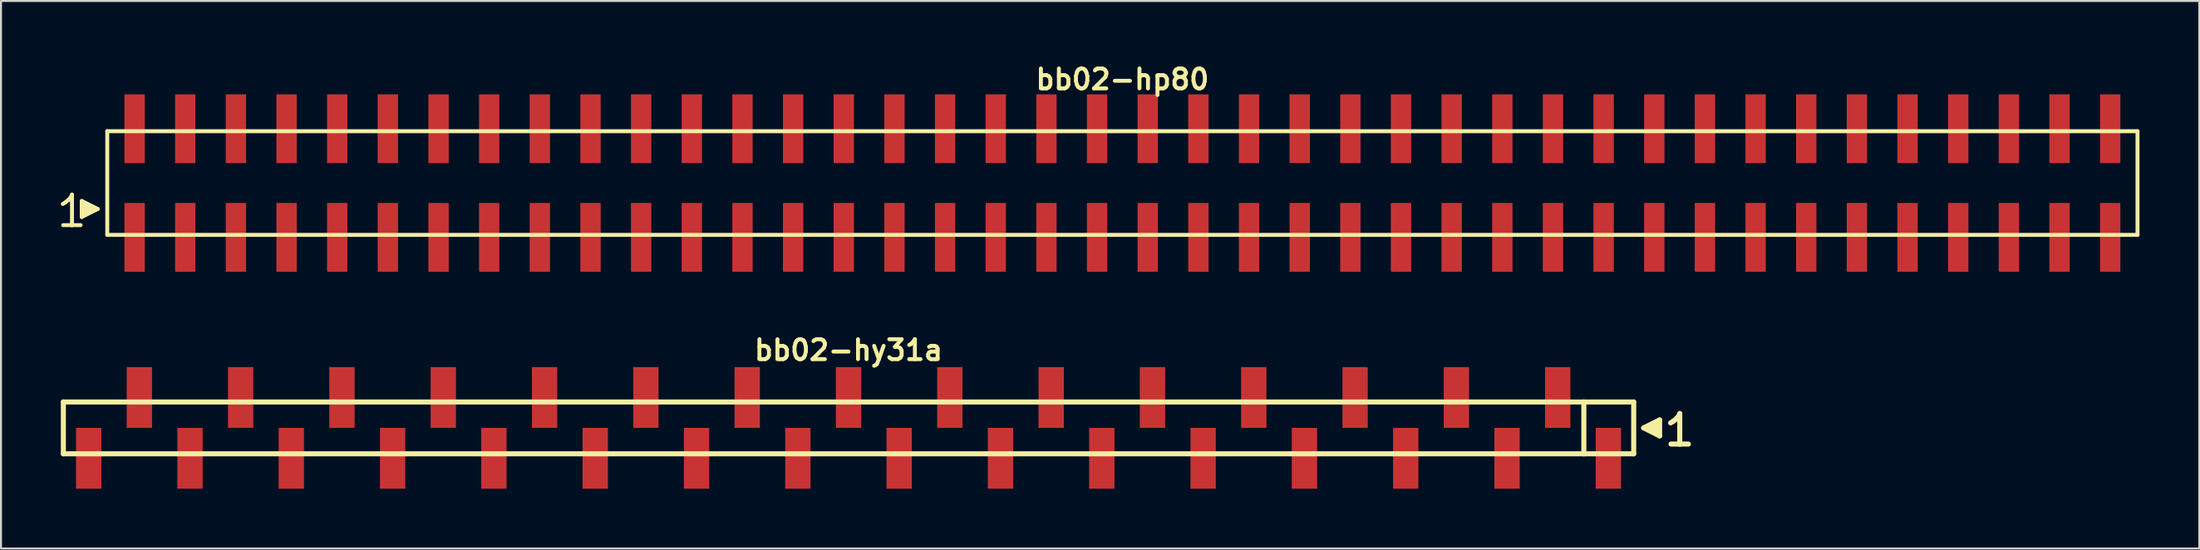
<source format=kicad_pcb>
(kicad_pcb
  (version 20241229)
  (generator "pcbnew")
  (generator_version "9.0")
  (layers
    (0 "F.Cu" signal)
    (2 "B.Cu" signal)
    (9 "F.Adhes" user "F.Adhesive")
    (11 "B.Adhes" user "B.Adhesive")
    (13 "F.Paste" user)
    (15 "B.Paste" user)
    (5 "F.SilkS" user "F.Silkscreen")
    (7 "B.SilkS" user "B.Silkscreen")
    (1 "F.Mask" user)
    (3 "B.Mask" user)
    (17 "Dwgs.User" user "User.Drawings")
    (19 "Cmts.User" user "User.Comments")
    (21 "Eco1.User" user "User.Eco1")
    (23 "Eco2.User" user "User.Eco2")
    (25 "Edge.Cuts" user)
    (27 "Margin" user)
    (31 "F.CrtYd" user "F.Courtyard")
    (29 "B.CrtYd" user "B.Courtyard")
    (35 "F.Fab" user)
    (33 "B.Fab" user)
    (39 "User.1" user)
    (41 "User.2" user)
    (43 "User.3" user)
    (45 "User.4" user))
  (footprint "bb02-hy31a"
    (layer "F.Cu")
    (at 39.497 18.413)
    (property "Reference" "bb02-hy31a" (at 0 -3.9 0) (layer "F.SilkS") (effects (font (size 0.998 0.998) (thickness 0.198))))
    (attr through_hole)
    (fp_line (start -39.37 -1.3) (end 39.37 -1.3) (stroke (width 0.254) (type solid)) (layer "F.SilkS"))
    (fp_line (start -39.37 1.3) (end -39.37 -1.3) (stroke (width 0.254) (type solid)) (layer "F.SilkS"))
    (fp_line (start 36.87 1.3) (end 36.87 -1.3) (stroke (width 0.254) (type solid)) (layer "F.SilkS"))
    (fp_line (start 39.37 -1.3) (end 39.37 1.3) (stroke (width 0.254) (type solid)) (layer "F.SilkS"))
    (fp_line (start 39.37 1.3) (end -39.37 1.3) (stroke (width 0.254) (type solid)) (layer "F.SilkS"))
    (fp_line (start 39.87 0) (end 40.67 0.4) (stroke (width 0.254) (type solid)) (layer "F.SilkS"))
    (fp_line (start 40.17 0.1) (end 40.17 -0.1) (stroke (width 0.254) (type solid)) (layer "F.SilkS"))
    (fp_line (start 40.27 -0.1) (end 40.27 0.1) (stroke (width 0.254) (type solid)) (layer "F.SilkS"))
    (fp_line (start 40.37 0.2) (end 40.37 -0.2) (stroke (width 0.254) (type solid)) (layer "F.SilkS"))
    (fp_line (start 40.47 -0.2) (end 40.47 0.2) (stroke (width 0.254) (type solid)) (layer "F.SilkS"))
    (fp_line (start 40.57 0.3) (end 40.57 -0.3) (stroke (width 0.254) (type solid)) (layer "F.SilkS"))
    (fp_line (start 40.67 -0.4) (end 39.87 0) (stroke (width 0.254) (type solid)) (layer "F.SilkS"))
    (fp_line (start 40.67 0.4) (end 40.67 -0.4) (stroke (width 0.254) (type solid)) (layer "F.SilkS"))
    (fp_line (start 41.22 -0.25) (end 41.35 -0.33) (stroke (width 0.254) (type solid)) (layer "F.SilkS"))
    (fp_line (start 41.35 -0.33) (end 41.51 -0.46) (stroke (width 0.254) (type solid)) (layer "F.SilkS"))
    (fp_line (start 41.51 -0.46) (end 41.65 -0.63) (stroke (width 0.254) (type solid)) (layer "F.SilkS"))
    (fp_line (start 41.65 -0.63) (end 41.68 -0.72) (stroke (width 0.254) (type solid)) (layer "F.SilkS"))
    (fp_line (start 41.68 -0.72) (end 41.68 0.81) (stroke (width 0.254) (type solid)) (layer "F.SilkS"))
    (fp_line (start 41.68 0.81) (end 41.24 0.81) (stroke (width 0.254) (type solid)) (layer "F.SilkS"))
    (fp_line (start 42.11 0.81) (end 41.67 0.81) (stroke (width 0.254) (type solid)) (layer "F.SilkS"))
    (pad "1" smd rect (at 38.1 1.525) (size 1.27 3.05) (layers "F.Cu" "F.Mask" "F.Paste"))
    (pad "2" smd rect (at 35.56 -1.525) (size 1.27 3.05) (layers "F.Cu" "F.Mask" "F.Paste"))
    (pad "3" smd rect (at 33.02 1.525) (size 1.27 3.05) (layers "F.Cu" "F.Mask" "F.Paste"))
    (pad "4" smd rect (at 30.48 -1.525) (size 1.27 3.05) (layers "F.Cu" "F.Mask" "F.Paste"))
    (pad "5" smd rect (at 27.94 1.525) (size 1.27 3.05) (layers "F.Cu" "F.Mask" "F.Paste"))
    (pad "6" smd rect (at 25.4 -1.525) (size 1.27 3.05) (layers "F.Cu" "F.Mask" "F.Paste"))
    (pad "7" smd rect (at 22.86 1.525) (size 1.27 3.05) (layers "F.Cu" "F.Mask" "F.Paste"))
    (pad "8" smd rect (at 20.32 -1.525) (size 1.27 3.05) (layers "F.Cu" "F.Mask" "F.Paste"))
    (pad "9" smd rect (at 17.78 1.525) (size 1.27 3.05) (layers "F.Cu" "F.Mask" "F.Paste"))
    (pad "10" smd rect (at 15.24 -1.525) (size 1.27 3.05) (layers "F.Cu" "F.Mask" "F.Paste"))
    (pad "11" smd rect (at 12.7 1.525) (size 1.27 3.05) (layers "F.Cu" "F.Mask" "F.Paste"))
    (pad "12" smd rect (at 10.16 -1.525) (size 1.27 3.05) (layers "F.Cu" "F.Mask" "F.Paste"))
    (pad "13" smd rect (at 7.62 1.525) (size 1.27 3.05) (layers "F.Cu" "F.Mask" "F.Paste"))
    (pad "14" smd rect (at 5.08 -1.525) (size 1.27 3.05) (layers "F.Cu" "F.Mask" "F.Paste"))
    (pad "15" smd rect (at 2.54 1.525) (size 1.27 3.05) (layers "F.Cu" "F.Mask" "F.Paste"))
    (pad "16" smd rect (at 0 -1.525) (size 1.27 3.05) (layers "F.Cu" "F.Mask" "F.Paste"))
    (pad "17" smd rect (at -2.54 1.525) (size 1.27 3.05) (layers "F.Cu" "F.Mask" "F.Paste"))
    (pad "18" smd rect (at -5.08 -1.525) (size 1.27 3.05) (layers "F.Cu" "F.Mask" "F.Paste"))
    (pad "19" smd rect (at -7.62 1.525) (size 1.27 3.05) (layers "F.Cu" "F.Mask" "F.Paste"))
    (pad "20" smd rect (at -10.16 -1.525) (size 1.27 3.05) (layers "F.Cu" "F.Mask" "F.Paste"))
    (pad "21" smd rect (at -12.7 1.525) (size 1.27 3.05) (layers "F.Cu" "F.Mask" "F.Paste"))
    (pad "22" smd rect (at -15.24 -1.525) (size 1.27 3.05) (layers "F.Cu" "F.Mask" "F.Paste"))
    (pad "23" smd rect (at -17.78 1.525) (size 1.27 3.05) (layers "F.Cu" "F.Mask" "F.Paste"))
    (pad "24" smd rect (at -20.32 -1.525) (size 1.27 3.05) (layers "F.Cu" "F.Mask" "F.Paste"))
    (pad "25" smd rect (at -22.86 1.525) (size 1.27 3.05) (layers "F.Cu" "F.Mask" "F.Paste"))
    (pad "26" smd rect (at -25.4 -1.525) (size 1.27 3.05) (layers "F.Cu" "F.Mask" "F.Paste"))
    (pad "27" smd rect (at -27.94 1.525) (size 1.27 3.05) (layers "F.Cu" "F.Mask" "F.Paste"))
    (pad "28" smd rect (at -30.48 -1.525) (size 1.27 3.05) (layers "F.Cu" "F.Mask" "F.Paste"))
    (pad "29" smd rect (at -33.02 1.525) (size 1.27 3.05) (layers "F.Cu" "F.Mask" "F.Paste"))
    (pad "30" smd rect (at -35.56 -1.525) (size 1.27 3.05) (layers "F.Cu" "F.Mask" "F.Paste"))
    (pad "31" smd rect (at -38.1 1.525) (size 1.27 3.05) (layers "F.Cu" "F.Mask" "F.Paste")))
  (footprint "bb02-hp80"
    (layer "F.Cu")
    (at 53.229 6.132)
    (property "Reference" "bb02-hp80" (at 0 -5.2 0) (layer "F.SilkS") (effects (font (size 0.998 0.998) (thickness 0.198))))
    (attr through_hole)
    (fp_line (start -53.13 1.05) (end -53 0.97) (stroke (width 0.198) (type solid)) (layer "F.SilkS"))
    (fp_line (start -53 0.97) (end -52.84 0.84) (stroke (width 0.198) (type solid)) (layer "F.SilkS"))
    (fp_line (start -52.84 0.84) (end -52.7 0.67) (stroke (width 0.198) (type solid)) (layer "F.SilkS"))
    (fp_line (start -52.7 0.67) (end -52.67 0.58) (stroke (width 0.198) (type solid)) (layer "F.SilkS"))
    (fp_line (start -52.67 0.58) (end -52.67 2.11) (stroke (width 0.198) (type solid)) (layer "F.SilkS"))
    (fp_line (start -52.67 2.11) (end -53.11 2.11) (stroke (width 0.198) (type solid)) (layer "F.SilkS"))
    (fp_line (start -52.24 2.11) (end -52.68 2.11) (stroke (width 0.198) (type solid)) (layer "F.SilkS"))
    (fp_line (start -52.18 0.9) (end -51.38 1.3) (stroke (width 0.198) (type solid)) (layer "F.SilkS"))
    (fp_line (start -52.18 1.7) (end -52.18 0.9) (stroke (width 0.198) (type solid)) (layer "F.SilkS"))
    (fp_line (start -52.08 1.6) (end -52.08 1) (stroke (width 0.198) (type solid)) (layer "F.SilkS"))
    (fp_line (start -51.98 1.1) (end -51.98 1.5) (stroke (width 0.198) (type solid)) (layer "F.SilkS"))
    (fp_line (start -51.88 1.5) (end -51.88 1.1) (stroke (width 0.198) (type solid)) (layer "F.SilkS"))
    (fp_line (start -51.78 1.2) (end -51.78 1.4) (stroke (width 0.198) (type solid)) (layer "F.SilkS"))
    (fp_line (start -51.68 1.4) (end -51.68 1.2) (stroke (width 0.198) (type solid)) (layer "F.SilkS"))
    (fp_line (start -51.38 1.3) (end -52.18 1.7) (stroke (width 0.198) (type solid)) (layer "F.SilkS"))
    (fp_line (start -50.9 -2.6) (end -50.9 2.6) (stroke (width 0.198) (type solid)) (layer "F.SilkS"))
    (fp_line (start -50.9 -2.6) (end 50.9 -2.6) (stroke (width 0.198) (type solid)) (layer "F.SilkS"))
    (fp_line (start -50.9 2.6) (end 50.9 2.6) (stroke (width 0.198) (type solid)) (layer "F.SilkS"))
    (fp_line (start 50.9 2.6) (end 50.9 -2.6) (stroke (width 0.198) (type solid)) (layer "F.SilkS"))
    (pad "1" smd rect (at -49.53 2.725) (size 1.02 3.45) (layers "F.Cu" "F.Mask" "F.Paste"))
    (pad "2" smd rect (at -49.53 -2.725) (size 1.02 3.45) (layers "F.Cu" "F.Mask" "F.Paste"))
    (pad "3" smd rect (at -46.99 2.725) (size 1.02 3.45) (layers "F.Cu" "F.Mask" "F.Paste"))
    (pad "4" smd rect (at -46.99 -2.725) (size 1.02 3.45) (layers "F.Cu" "F.Mask" "F.Paste"))
    (pad "5" smd rect (at -44.45 2.725) (size 1.02 3.45) (layers "F.Cu" "F.Mask" "F.Paste"))
    (pad "6" smd rect (at -44.45 -2.725) (size 1.02 3.45) (layers "F.Cu" "F.Mask" "F.Paste"))
    (pad "7" smd rect (at -41.91 2.725) (size 1.02 3.45) (layers "F.Cu" "F.Mask" "F.Paste"))
    (pad "8" smd rect (at -41.91 -2.725) (size 1.02 3.45) (layers "F.Cu" "F.Mask" "F.Paste"))
    (pad "9" smd rect (at -39.37 2.725) (size 1.02 3.45) (layers "F.Cu" "F.Mask" "F.Paste"))
    (pad "10" smd rect (at -39.37 -2.725) (size 1.02 3.45) (layers "F.Cu" "F.Mask" "F.Paste"))
    (pad "11" smd rect (at -36.83 2.725) (size 1.02 3.45) (layers "F.Cu" "F.Mask" "F.Paste"))
    (pad "12" smd rect (at -36.83 -2.725) (size 1.02 3.45) (layers "F.Cu" "F.Mask" "F.Paste"))
    (pad "13" smd rect (at -34.29 2.725) (size 1.02 3.45) (layers "F.Cu" "F.Mask" "F.Paste"))
    (pad "14" smd rect (at -34.29 -2.725) (size 1.02 3.45) (layers "F.Cu" "F.Mask" "F.Paste"))
    (pad "15" smd rect (at -31.75 2.725) (size 1.02 3.45) (layers "F.Cu" "F.Mask" "F.Paste"))
    (pad "16" smd rect (at -31.75 -2.725) (size 1.02 3.45) (layers "F.Cu" "F.Mask" "F.Paste"))
    (pad "17" smd rect (at -29.21 2.725) (size 1.02 3.45) (layers "F.Cu" "F.Mask" "F.Paste"))
    (pad "18" smd rect (at -29.21 -2.725) (size 1.02 3.45) (layers "F.Cu" "F.Mask" "F.Paste"))
    (pad "19" smd rect (at -26.67 2.725) (size 1.02 3.45) (layers "F.Cu" "F.Mask" "F.Paste"))
    (pad "20" smd rect (at -26.67 -2.725) (size 1.02 3.45) (layers "F.Cu" "F.Mask" "F.Paste"))
    (pad "21" smd rect (at -24.13 2.725) (size 1.02 3.45) (layers "F.Cu" "F.Mask" "F.Paste"))
    (pad "22" smd rect (at -24.13 -2.725) (size 1.02 3.45) (layers "F.Cu" "F.Mask" "F.Paste"))
    (pad "23" smd rect (at -21.59 2.725) (size 1.02 3.45) (layers "F.Cu" "F.Mask" "F.Paste"))
    (pad "24" smd rect (at -21.59 -2.725) (size 1.02 3.45) (layers "F.Cu" "F.Mask" "F.Paste"))
    (pad "25" smd rect (at -19.05 2.725) (size 1.02 3.45) (layers "F.Cu" "F.Mask" "F.Paste"))
    (pad "26" smd rect (at -19.05 -2.725) (size 1.02 3.45) (layers "F.Cu" "F.Mask" "F.Paste"))
    (pad "27" smd rect (at -16.51 2.725) (size 1.02 3.45) (layers "F.Cu" "F.Mask" "F.Paste"))
    (pad "28" smd rect (at -16.51 -2.725) (size 1.02 3.45) (layers "F.Cu" "F.Mask" "F.Paste"))
    (pad "29" smd rect (at -13.97 2.725) (size 1.02 3.45) (layers "F.Cu" "F.Mask" "F.Paste"))
    (pad "30" smd rect (at -13.97 -2.725) (size 1.02 3.45) (layers "F.Cu" "F.Mask" "F.Paste"))
    (pad "31" smd rect (at -11.43 2.725) (size 1.02 3.45) (layers "F.Cu" "F.Mask" "F.Paste"))
    (pad "32" smd rect (at -11.43 -2.725) (size 1.02 3.45) (layers "F.Cu" "F.Mask" "F.Paste"))
    (pad "33" smd rect (at -8.89 2.725) (size 1.02 3.45) (layers "F.Cu" "F.Mask" "F.Paste"))
    (pad "34" smd rect (at -8.89 -2.725) (size 1.02 3.45) (layers "F.Cu" "F.Mask" "F.Paste"))
    (pad "35" smd rect (at -6.35 2.725) (size 1.02 3.45) (layers "F.Cu" "F.Mask" "F.Paste"))
    (pad "36" smd rect (at -6.35 -2.725) (size 1.02 3.45) (layers "F.Cu" "F.Mask" "F.Paste"))
    (pad "37" smd rect (at -3.81 2.725) (size 1.02 3.45) (layers "F.Cu" "F.Mask" "F.Paste"))
    (pad "38" smd rect (at -3.81 -2.725) (size 1.02 3.45) (layers "F.Cu" "F.Mask" "F.Paste"))
    (pad "39" smd rect (at -1.27 2.725) (size 1.02 3.45) (layers "F.Cu" "F.Mask" "F.Paste"))
    (pad "40" smd rect (at -1.27 -2.725) (size 1.02 3.45) (layers "F.Cu" "F.Mask" "F.Paste"))
    (pad "41" smd rect (at 1.27 2.725) (size 1.02 3.45) (layers "F.Cu" "F.Mask" "F.Paste"))
    (pad "42" smd rect (at 1.27 -2.725) (size 1.02 3.45) (layers "F.Cu" "F.Mask" "F.Paste"))
    (pad "43" smd rect (at 3.81 2.725) (size 1.02 3.45) (layers "F.Cu" "F.Mask" "F.Paste"))
    (pad "44" smd rect (at 3.81 -2.725) (size 1.02 3.45) (layers "F.Cu" "F.Mask" "F.Paste"))
    (pad "45" smd rect (at 6.35 2.725) (size 1.02 3.45) (layers "F.Cu" "F.Mask" "F.Paste"))
    (pad "46" smd rect (at 6.35 -2.725) (size 1.02 3.45) (layers "F.Cu" "F.Mask" "F.Paste"))
    (pad "47" smd rect (at 8.89 2.725) (size 1.02 3.45) (layers "F.Cu" "F.Mask" "F.Paste"))
    (pad "48" smd rect (at 8.89 -2.725) (size 1.02 3.45) (layers "F.Cu" "F.Mask" "F.Paste"))
    (pad "49" smd rect (at 11.43 2.725) (size 1.02 3.45) (layers "F.Cu" "F.Mask" "F.Paste"))
    (pad "50" smd rect (at 11.43 -2.725) (size 1.02 3.45) (layers "F.Cu" "F.Mask" "F.Paste"))
    (pad "51" smd rect (at 13.97 2.725) (size 1.02 3.45) (layers "F.Cu" "F.Mask" "F.Paste"))
    (pad "52" smd rect (at 13.97 -2.725) (size 1.02 3.45) (layers "F.Cu" "F.Mask" "F.Paste"))
    (pad "53" smd rect (at 16.51 2.725) (size 1.02 3.45) (layers "F.Cu" "F.Mask" "F.Paste"))
    (pad "54" smd rect (at 16.51 -2.725) (size 1.02 3.45) (layers "F.Cu" "F.Mask" "F.Paste"))
    (pad "55" smd rect (at 19.05 2.725) (size 1.02 3.45) (layers "F.Cu" "F.Mask" "F.Paste"))
    (pad "56" smd rect (at 19.05 -2.725) (size 1.02 3.45) (layers "F.Cu" "F.Mask" "F.Paste"))
    (pad "57" smd rect (at 21.59 2.725) (size 1.02 3.45) (layers "F.Cu" "F.Mask" "F.Paste"))
    (pad "58" smd rect (at 21.59 -2.725) (size 1.02 3.45) (layers "F.Cu" "F.Mask" "F.Paste"))
    (pad "59" smd rect (at 24.13 2.725) (size 1.02 3.45) (layers "F.Cu" "F.Mask" "F.Paste"))
    (pad "60" smd rect (at 24.13 -2.725) (size 1.02 3.45) (layers "F.Cu" "F.Mask" "F.Paste"))
    (pad "61" smd rect (at 26.67 2.725) (size 1.02 3.45) (layers "F.Cu" "F.Mask" "F.Paste"))
    (pad "62" smd rect (at 26.67 -2.725) (size 1.02 3.45) (layers "F.Cu" "F.Mask" "F.Paste"))
    (pad "63" smd rect (at 29.21 2.725) (size 1.02 3.45) (layers "F.Cu" "F.Mask" "F.Paste"))
    (pad "64" smd rect (at 29.21 -2.725) (size 1.02 3.45) (layers "F.Cu" "F.Mask" "F.Paste"))
    (pad "65" smd rect (at 31.75 2.725) (size 1.02 3.45) (layers "F.Cu" "F.Mask" "F.Paste"))
    (pad "66" smd rect (at 31.75 -2.725) (size 1.02 3.45) (layers "F.Cu" "F.Mask" "F.Paste"))
    (pad "67" smd rect (at 34.29 2.725) (size 1.02 3.45) (layers "F.Cu" "F.Mask" "F.Paste"))
    (pad "68" smd rect (at 34.29 -2.725) (size 1.02 3.45) (layers "F.Cu" "F.Mask" "F.Paste"))
    (pad "69" smd rect (at 36.83 2.725) (size 1.02 3.45) (layers "F.Cu" "F.Mask" "F.Paste"))
    (pad "70" smd rect (at 36.83 -2.725) (size 1.02 3.45) (layers "F.Cu" "F.Mask" "F.Paste"))
    (pad "71" smd rect (at 39.37 2.725) (size 1.02 3.45) (layers "F.Cu" "F.Mask" "F.Paste"))
    (pad "72" smd rect (at 39.37 -2.725) (size 1.02 3.45) (layers "F.Cu" "F.Mask" "F.Paste"))
    (pad "73" smd rect (at 41.91 2.725) (size 1.02 3.45) (layers "F.Cu" "F.Mask" "F.Paste"))
    (pad "74" smd rect (at 41.91 -2.725) (size 1.02 3.45) (layers "F.Cu" "F.Mask" "F.Paste"))
    (pad "75" smd rect (at 44.45 2.725) (size 1.02 3.45) (layers "F.Cu" "F.Mask" "F.Paste"))
    (pad "76" smd rect (at 44.45 -2.725) (size 1.02 3.45) (layers "F.Cu" "F.Mask" "F.Paste"))
    (pad "77" smd rect (at 46.99 2.725) (size 1.02 3.45) (layers "F.Cu" "F.Mask" "F.Paste"))
    (pad "78" smd rect (at 46.99 -2.725) (size 1.02 3.45) (layers "F.Cu" "F.Mask" "F.Paste"))
    (pad "79" smd rect (at 49.53 2.725) (size 1.02 3.45) (layers "F.Cu" "F.Mask" "F.Paste"))
    (pad "80" smd rect (at 49.53 -2.725) (size 1.02 3.45) (layers "F.Cu" "F.Mask" "F.Paste")))
  (gr_rect
    (start -3 -3)
    (end 107.228 24.463)
    (stroke (width 0.1) (type default))
    (fill no)
    (layer "Edge.Cuts")))
</source>
